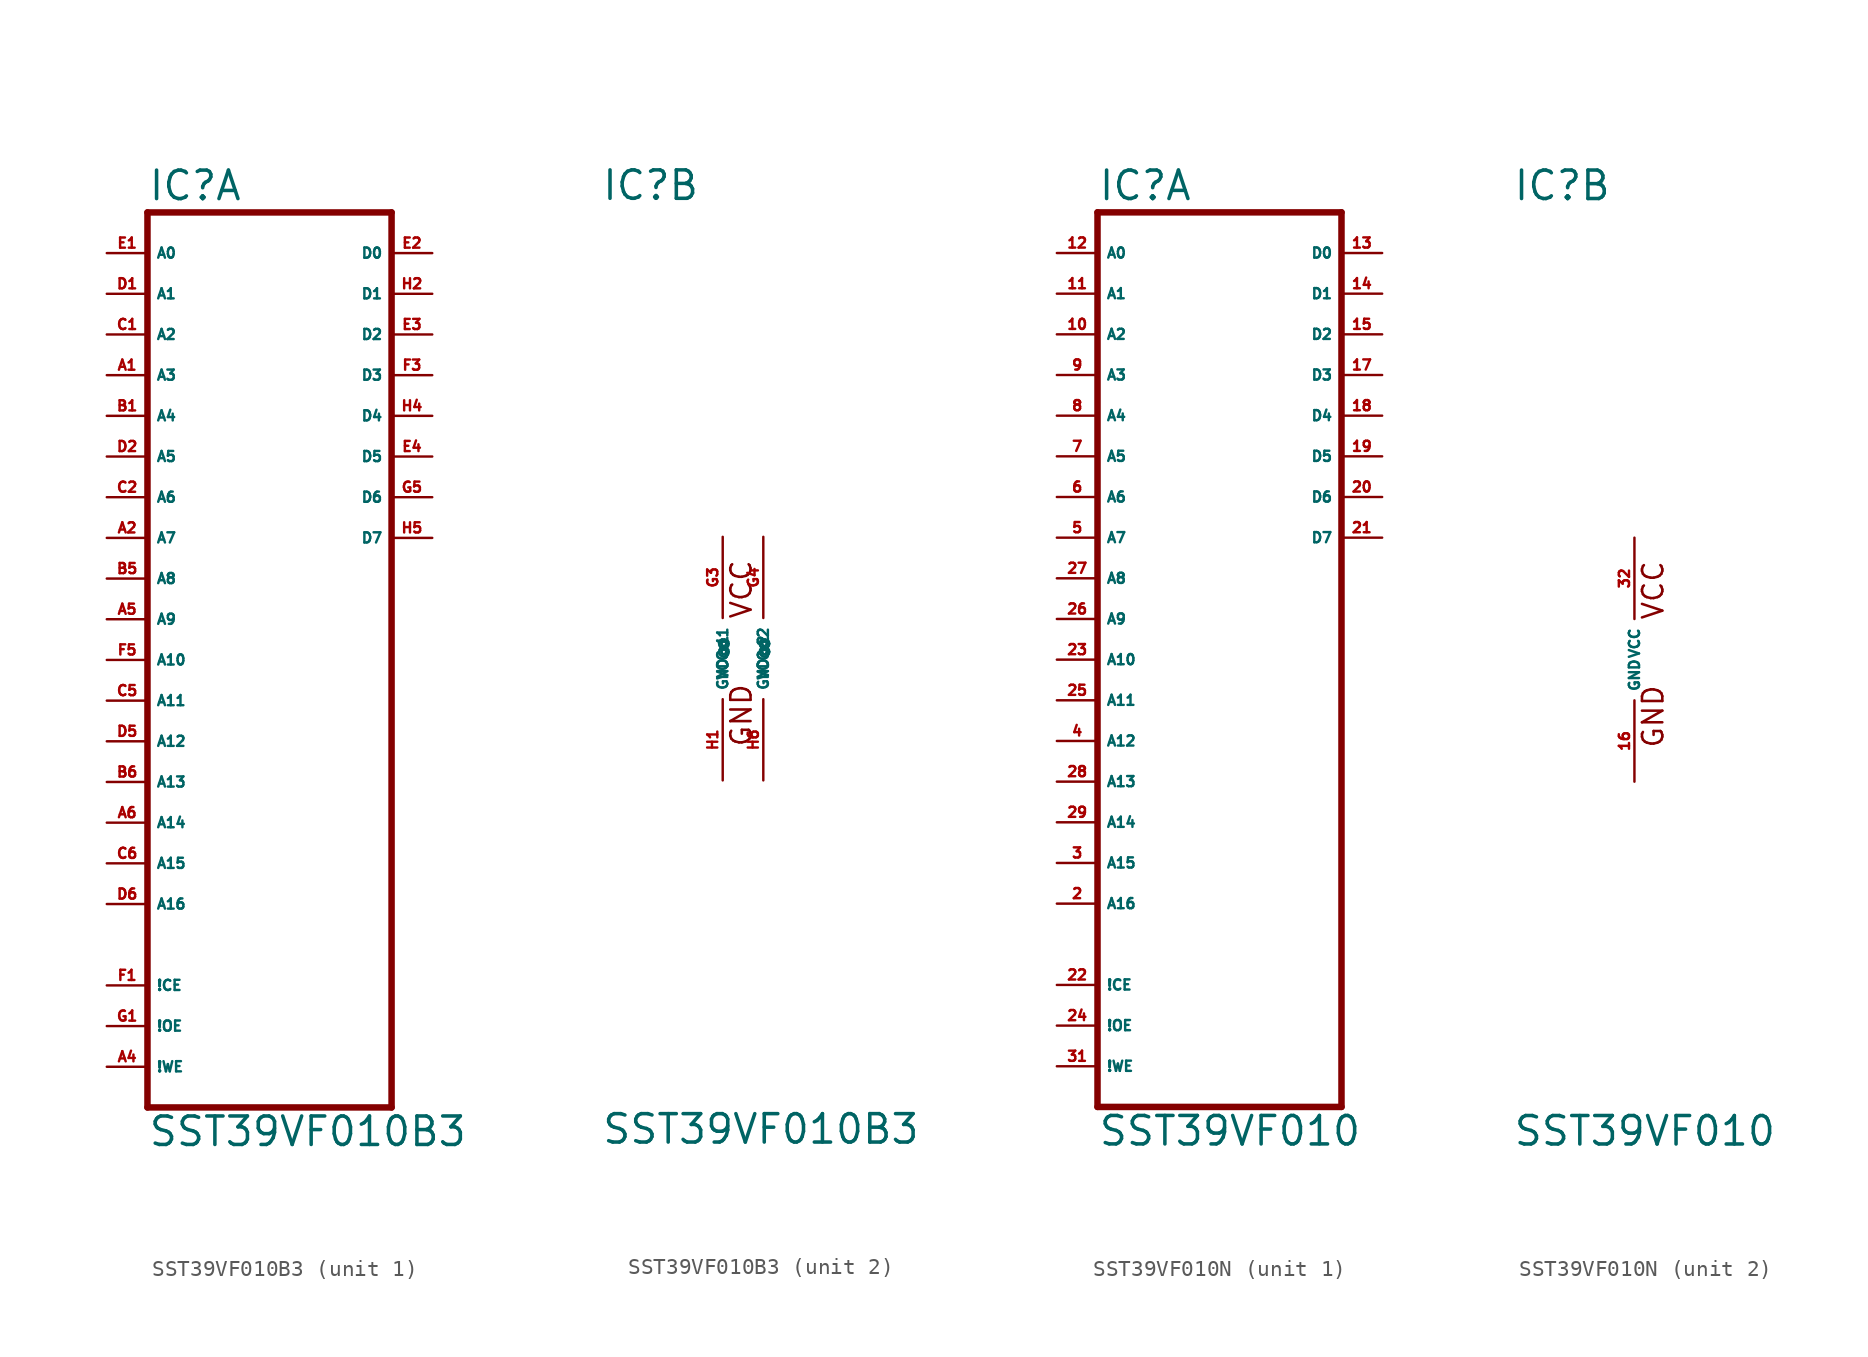
<source format=kicad_sym>
(kicad_symbol_lib
  (version 20220914)
  (generator Eagle2Kicad)
  (symbol "SST39VF010B3"
    (property "Reference" "IC"
      (at -7.62 28.575 0)
      (effects (font (size 1.778 1.778) (thickness 0.22)) (justify left bottom)))
    (property "Value" "SST39VF010B3"
      (at -7.62 -30.48 0)
      (effects (font (size 1.778 1.778) (thickness 0.22)) (justify left bottom)))
    (symbol "SST39VF010B3_1_0"
      (polyline (pts (xy -7.62 -27.94) (xy 7.62 -27.94)) (stroke (width 0.406) (type default)) (fill (type none)))
      (polyline (pts (xy 7.62 -27.94) (xy 7.62 27.94)) (stroke (width 0.406) (type default)) (fill (type none)))
      (polyline (pts (xy 7.62 27.94) (xy -7.62 27.94)) (stroke (width 0.406) (type default)) (fill (type none)))
      (polyline (pts (xy -7.62 27.94) (xy -7.62 -27.94)) (stroke (width 0.406) (type default)) (fill (type none)))
      (pin input line (at -10.16 7.62 0) (length 2.54) (name "A7" (effects (font (size 0.635 0.635) (thickness 0.08)) (justify left bottom))) (number "A2" (effects (font (size 0.635 0.635) (thickness 0.08)) (justify left bottom))))
      (pin input line (at -10.16 10.16 0) (length 2.54) (name "A6" (effects (font (size 0.635 0.635) (thickness 0.08)) (justify left bottom))) (number "C2" (effects (font (size 0.635 0.635) (thickness 0.08)) (justify left bottom))))
      (pin input line (at -10.16 12.7 0) (length 2.54) (name "A5" (effects (font (size 0.635 0.635) (thickness 0.08)) (justify left bottom))) (number "D2" (effects (font (size 0.635 0.635) (thickness 0.08)) (justify left bottom))))
      (pin input line (at -10.16 15.24 0) (length 2.54) (name "A4" (effects (font (size 0.635 0.635) (thickness 0.08)) (justify left bottom))) (number "B1" (effects (font (size 0.635 0.635) (thickness 0.08)) (justify left bottom))))
      (pin input line (at -10.16 17.78 0) (length 2.54) (name "A3" (effects (font (size 0.635 0.635) (thickness 0.08)) (justify left bottom))) (number "A1" (effects (font (size 0.635 0.635) (thickness 0.08)) (justify left bottom))))
      (pin input line (at -10.16 20.32 0) (length 2.54) (name "A2" (effects (font (size 0.635 0.635) (thickness 0.08)) (justify left bottom))) (number "C1" (effects (font (size 0.635 0.635) (thickness 0.08)) (justify left bottom))))
      (pin input line (at -10.16 22.86 0) (length 2.54) (name "A1" (effects (font (size 0.635 0.635) (thickness 0.08)) (justify left bottom))) (number "D1" (effects (font (size 0.635 0.635) (thickness 0.08)) (justify left bottom))))
      (pin input line (at -10.16 25.4 0) (length 2.54) (name "A0" (effects (font (size 0.635 0.635) (thickness 0.08)) (justify left bottom))) (number "E1" (effects (font (size 0.635 0.635) (thickness 0.08)) (justify left bottom))))
      (pin bidirectional line (at 10.16 25.4 180) (length 2.54) (name "D0" (effects (font (size 0.635 0.635) (thickness 0.08)) (justify left bottom))) (number "E2" (effects (font (size 0.635 0.635) (thickness 0.08)) (justify left bottom))))
      (pin bidirectional line (at 10.16 22.86 180) (length 2.54) (name "D1" (effects (font (size 0.635 0.635) (thickness 0.08)) (justify left bottom))) (number "H2" (effects (font (size 0.635 0.635) (thickness 0.08)) (justify left bottom))))
      (pin bidirectional line (at 10.16 20.32 180) (length 2.54) (name "D2" (effects (font (size 0.635 0.635) (thickness 0.08)) (justify left bottom))) (number "E3" (effects (font (size 0.635 0.635) (thickness 0.08)) (justify left bottom))))
      (pin bidirectional line (at 10.16 17.78 180) (length 2.54) (name "D3" (effects (font (size 0.635 0.635) (thickness 0.08)) (justify left bottom))) (number "F3" (effects (font (size 0.635 0.635) (thickness 0.08)) (justify left bottom))))
      (pin bidirectional line (at 10.16 15.24 180) (length 2.54) (name "D4" (effects (font (size 0.635 0.635) (thickness 0.08)) (justify left bottom))) (number "H4" (effects (font (size 0.635 0.635) (thickness 0.08)) (justify left bottom))))
      (pin bidirectional line (at 10.16 12.7 180) (length 2.54) (name "D5" (effects (font (size 0.635 0.635) (thickness 0.08)) (justify left bottom))) (number "E4" (effects (font (size 0.635 0.635) (thickness 0.08)) (justify left bottom))))
      (pin bidirectional line (at 10.16 10.16 180) (length 2.54) (name "D6" (effects (font (size 0.635 0.635) (thickness 0.08)) (justify left bottom))) (number "G5" (effects (font (size 0.635 0.635) (thickness 0.08)) (justify left bottom))))
      (pin bidirectional line (at 10.16 7.62 180) (length 2.54) (name "D7" (effects (font (size 0.635 0.635) (thickness 0.08)) (justify left bottom))) (number "H5" (effects (font (size 0.635 0.635) (thickness 0.08)) (justify left bottom))))
      (pin input line (at -10.16 -20.32 0) (length 2.54) (name "!CE" (effects (font (size 0.635 0.635) (thickness 0.08)) (justify left bottom))) (number "F1" (effects (font (size 0.635 0.635) (thickness 0.08)) (justify left bottom))))
      (pin input line (at -10.16 0 0) (length 2.54) (name "A10" (effects (font (size 0.635 0.635) (thickness 0.08)) (justify left bottom))) (number "F5" (effects (font (size 0.635 0.635) (thickness 0.08)) (justify left bottom))))
      (pin input line (at -10.16 -22.86 0) (length 2.54) (name "!OE" (effects (font (size 0.635 0.635) (thickness 0.08)) (justify left bottom))) (number "G1" (effects (font (size 0.635 0.635) (thickness 0.08)) (justify left bottom))))
      (pin input line (at -10.16 -25.4 0) (length 2.54) (name "!WE" (effects (font (size 0.635 0.635) (thickness 0.08)) (justify left bottom))) (number "A4" (effects (font (size 0.635 0.635) (thickness 0.08)) (justify left bottom))))
      (pin input line (at -10.16 2.54 0) (length 2.54) (name "A9" (effects (font (size 0.635 0.635) (thickness 0.08)) (justify left bottom))) (number "A5" (effects (font (size 0.635 0.635) (thickness 0.08)) (justify left bottom))))
      (pin input line (at -10.16 5.08 0) (length 2.54) (name "A8" (effects (font (size 0.635 0.635) (thickness 0.08)) (justify left bottom))) (number "B5" (effects (font (size 0.635 0.635) (thickness 0.08)) (justify left bottom))))
      (pin input line (at -10.16 -2.54 0) (length 2.54) (name "A11" (effects (font (size 0.635 0.635) (thickness 0.08)) (justify left bottom))) (number "C5" (effects (font (size 0.635 0.635) (thickness 0.08)) (justify left bottom))))
      (pin input line (at -10.16 -5.08 0) (length 2.54) (name "A12" (effects (font (size 0.635 0.635) (thickness 0.08)) (justify left bottom))) (number "D5" (effects (font (size 0.635 0.635) (thickness 0.08)) (justify left bottom))))
      (pin input line (at -10.16 -7.62 0) (length 2.54) (name "A13" (effects (font (size 0.635 0.635) (thickness 0.08)) (justify left bottom))) (number "B6" (effects (font (size 0.635 0.635) (thickness 0.08)) (justify left bottom))))
      (pin input line (at -10.16 -10.16 0) (length 2.54) (name "A14" (effects (font (size 0.635 0.635) (thickness 0.08)) (justify left bottom))) (number "A6" (effects (font (size 0.635 0.635) (thickness 0.08)) (justify left bottom))))
      (pin input line (at -10.16 -12.7 0) (length 2.54) (name "A15" (effects (font (size 0.635 0.635) (thickness 0.08)) (justify left bottom))) (number "C6" (effects (font (size 0.635 0.635) (thickness 0.08)) (justify left bottom))))
      (pin input line (at -10.16 -15.24 0) (length 2.54) (name "A16" (effects (font (size 0.635 0.635) (thickness 0.08)) (justify left bottom))) (number "D6" (effects (font (size 0.635 0.635) (thickness 0.08)) (justify left bottom)))))
    (symbol "SST39VF010B3_2_0"
      (text "GND" (at 1.905 -5.588 900) (effects (font (size 1.27 1.27) (thickness 0.16)) (justify left bottom)))
      (text "VCC" (at 1.905 2.413 900) (effects (font (size 1.27 1.27) (thickness 0.16)) (justify left bottom)))
      (pin unspecified line (at 0 -7.62 90) (length 5.08) (name "GND@1" (effects (font (size 0.635 0.635) (thickness 0.08)) (justify left bottom))) (number "H1" (effects (font (size 0.635 0.635) (thickness 0.08)) (justify left bottom))))
      (pin unspecified line (at 0 7.62 270) (length 5.08) (name "VCC@1" (effects (font (size 0.635 0.635) (thickness 0.08)) (justify left bottom))) (number "G3" (effects (font (size 0.635 0.635) (thickness 0.08)) (justify left bottom))))
      (pin unspecified line (at 2.54 7.62 270) (length 5.08) (name "VCC@2" (effects (font (size 0.635 0.635) (thickness 0.08)) (justify left bottom))) (number "G4" (effects (font (size 0.635 0.635) (thickness 0.08)) (justify left bottom))))
      (pin unspecified line (at 2.54 -7.62 90) (length 5.08) (name "GND@2" (effects (font (size 0.635 0.635) (thickness 0.08)) (justify left bottom))) (number "H6" (effects (font (size 0.635 0.635) (thickness 0.08)) (justify left bottom))))))
  (symbol "SST39VF010N"
    (property "Reference" "IC"
      (at -7.62 28.575 0)
      (effects (font (size 1.778 1.778) (thickness 0.22)) (justify left bottom)))
    (property "Value" "SST39VF010"
      (at -7.62 -30.48 0)
      (effects (font (size 1.778 1.778) (thickness 0.22)) (justify left bottom)))
    (symbol "SST39VF010N_1_0"
      (polyline (pts (xy -7.62 -27.94) (xy 7.62 -27.94)) (stroke (width 0.406) (type default)) (fill (type none)))
      (polyline (pts (xy 7.62 -27.94) (xy 7.62 27.94)) (stroke (width 0.406) (type default)) (fill (type none)))
      (polyline (pts (xy 7.62 27.94) (xy -7.62 27.94)) (stroke (width 0.406) (type default)) (fill (type none)))
      (polyline (pts (xy -7.62 27.94) (xy -7.62 -27.94)) (stroke (width 0.406) (type default)) (fill (type none)))
      (pin input line (at -10.16 7.62 0) (length 2.54) (name "A7" (effects (font (size 0.635 0.635) (thickness 0.08)) (justify left bottom))) (number "5" (effects (font (size 0.635 0.635) (thickness 0.08)) (justify left bottom))))
      (pin input line (at -10.16 10.16 0) (length 2.54) (name "A6" (effects (font (size 0.635 0.635) (thickness 0.08)) (justify left bottom))) (number "6" (effects (font (size 0.635 0.635) (thickness 0.08)) (justify left bottom))))
      (pin input line (at -10.16 12.7 0) (length 2.54) (name "A5" (effects (font (size 0.635 0.635) (thickness 0.08)) (justify left bottom))) (number "7" (effects (font (size 0.635 0.635) (thickness 0.08)) (justify left bottom))))
      (pin input line (at -10.16 15.24 0) (length 2.54) (name "A4" (effects (font (size 0.635 0.635) (thickness 0.08)) (justify left bottom))) (number "8" (effects (font (size 0.635 0.635) (thickness 0.08)) (justify left bottom))))
      (pin input line (at -10.16 17.78 0) (length 2.54) (name "A3" (effects (font (size 0.635 0.635) (thickness 0.08)) (justify left bottom))) (number "9" (effects (font (size 0.635 0.635) (thickness 0.08)) (justify left bottom))))
      (pin input line (at -10.16 20.32 0) (length 2.54) (name "A2" (effects (font (size 0.635 0.635) (thickness 0.08)) (justify left bottom))) (number "10" (effects (font (size 0.635 0.635) (thickness 0.08)) (justify left bottom))))
      (pin input line (at -10.16 22.86 0) (length 2.54) (name "A1" (effects (font (size 0.635 0.635) (thickness 0.08)) (justify left bottom))) (number "11" (effects (font (size 0.635 0.635) (thickness 0.08)) (justify left bottom))))
      (pin input line (at -10.16 25.4 0) (length 2.54) (name "A0" (effects (font (size 0.635 0.635) (thickness 0.08)) (justify left bottom))) (number "12" (effects (font (size 0.635 0.635) (thickness 0.08)) (justify left bottom))))
      (pin bidirectional line (at 10.16 25.4 180) (length 2.54) (name "D0" (effects (font (size 0.635 0.635) (thickness 0.08)) (justify left bottom))) (number "13" (effects (font (size 0.635 0.635) (thickness 0.08)) (justify left bottom))))
      (pin bidirectional line (at 10.16 22.86 180) (length 2.54) (name "D1" (effects (font (size 0.635 0.635) (thickness 0.08)) (justify left bottom))) (number "14" (effects (font (size 0.635 0.635) (thickness 0.08)) (justify left bottom))))
      (pin bidirectional line (at 10.16 20.32 180) (length 2.54) (name "D2" (effects (font (size 0.635 0.635) (thickness 0.08)) (justify left bottom))) (number "15" (effects (font (size 0.635 0.635) (thickness 0.08)) (justify left bottom))))
      (pin bidirectional line (at 10.16 17.78 180) (length 2.54) (name "D3" (effects (font (size 0.635 0.635) (thickness 0.08)) (justify left bottom))) (number "17" (effects (font (size 0.635 0.635) (thickness 0.08)) (justify left bottom))))
      (pin bidirectional line (at 10.16 15.24 180) (length 2.54) (name "D4" (effects (font (size 0.635 0.635) (thickness 0.08)) (justify left bottom))) (number "18" (effects (font (size 0.635 0.635) (thickness 0.08)) (justify left bottom))))
      (pin bidirectional line (at 10.16 12.7 180) (length 2.54) (name "D5" (effects (font (size 0.635 0.635) (thickness 0.08)) (justify left bottom))) (number "19" (effects (font (size 0.635 0.635) (thickness 0.08)) (justify left bottom))))
      (pin bidirectional line (at 10.16 10.16 180) (length 2.54) (name "D6" (effects (font (size 0.635 0.635) (thickness 0.08)) (justify left bottom))) (number "20" (effects (font (size 0.635 0.635) (thickness 0.08)) (justify left bottom))))
      (pin bidirectional line (at 10.16 7.62 180) (length 2.54) (name "D7" (effects (font (size 0.635 0.635) (thickness 0.08)) (justify left bottom))) (number "21" (effects (font (size 0.635 0.635) (thickness 0.08)) (justify left bottom))))
      (pin input line (at -10.16 -20.32 0) (length 2.54) (name "!CE" (effects (font (size 0.635 0.635) (thickness 0.08)) (justify left bottom))) (number "22" (effects (font (size 0.635 0.635) (thickness 0.08)) (justify left bottom))))
      (pin input line (at -10.16 0 0) (length 2.54) (name "A10" (effects (font (size 0.635 0.635) (thickness 0.08)) (justify left bottom))) (number "23" (effects (font (size 0.635 0.635) (thickness 0.08)) (justify left bottom))))
      (pin input line (at -10.16 -22.86 0) (length 2.54) (name "!OE" (effects (font (size 0.635 0.635) (thickness 0.08)) (justify left bottom))) (number "24" (effects (font (size 0.635 0.635) (thickness 0.08)) (justify left bottom))))
      (pin input line (at -10.16 -25.4 0) (length 2.54) (name "!WE" (effects (font (size 0.635 0.635) (thickness 0.08)) (justify left bottom))) (number "31" (effects (font (size 0.635 0.635) (thickness 0.08)) (justify left bottom))))
      (pin input line (at -10.16 2.54 0) (length 2.54) (name "A9" (effects (font (size 0.635 0.635) (thickness 0.08)) (justify left bottom))) (number "26" (effects (font (size 0.635 0.635) (thickness 0.08)) (justify left bottom))))
      (pin input line (at -10.16 5.08 0) (length 2.54) (name "A8" (effects (font (size 0.635 0.635) (thickness 0.08)) (justify left bottom))) (number "27" (effects (font (size 0.635 0.635) (thickness 0.08)) (justify left bottom))))
      (pin input line (at -10.16 -2.54 0) (length 2.54) (name "A11" (effects (font (size 0.635 0.635) (thickness 0.08)) (justify left bottom))) (number "25" (effects (font (size 0.635 0.635) (thickness 0.08)) (justify left bottom))))
      (pin input line (at -10.16 -5.08 0) (length 2.54) (name "A12" (effects (font (size 0.635 0.635) (thickness 0.08)) (justify left bottom))) (number "4" (effects (font (size 0.635 0.635) (thickness 0.08)) (justify left bottom))))
      (pin input line (at -10.16 -7.62 0) (length 2.54) (name "A13" (effects (font (size 0.635 0.635) (thickness 0.08)) (justify left bottom))) (number "28" (effects (font (size 0.635 0.635) (thickness 0.08)) (justify left bottom))))
      (pin input line (at -10.16 -10.16 0) (length 2.54) (name "A14" (effects (font (size 0.635 0.635) (thickness 0.08)) (justify left bottom))) (number "29" (effects (font (size 0.635 0.635) (thickness 0.08)) (justify left bottom))))
      (pin input line (at -10.16 -12.7 0) (length 2.54) (name "A15" (effects (font (size 0.635 0.635) (thickness 0.08)) (justify left bottom))) (number "3" (effects (font (size 0.635 0.635) (thickness 0.08)) (justify left bottom))))
      (pin input line (at -10.16 -15.24 0) (length 2.54) (name "A16" (effects (font (size 0.635 0.635) (thickness 0.08)) (justify left bottom))) (number "2" (effects (font (size 0.635 0.635) (thickness 0.08)) (justify left bottom)))))
    (symbol "SST39VF010N_2_0"
      (text "GND" (at 1.905 -5.588 900) (effects (font (size 1.27 1.27) (thickness 0.16)) (justify left bottom)))
      (text "VCC" (at 1.905 2.413 900) (effects (font (size 1.27 1.27) (thickness 0.16)) (justify left bottom)))
      (pin unspecified line (at 0 -7.62 90) (length 5.08) (name "GND" (effects (font (size 0.635 0.635) (thickness 0.08)) (justify left bottom))) (number "16" (effects (font (size 0.635 0.635) (thickness 0.08)) (justify left bottom))))
      (pin unspecified line (at 0 7.62 270) (length 5.08) (name "VCC" (effects (font (size 0.635 0.635) (thickness 0.08)) (justify left bottom))) (number "32" (effects (font (size 0.635 0.635) (thickness 0.08)) (justify left bottom)))))))
</source>
